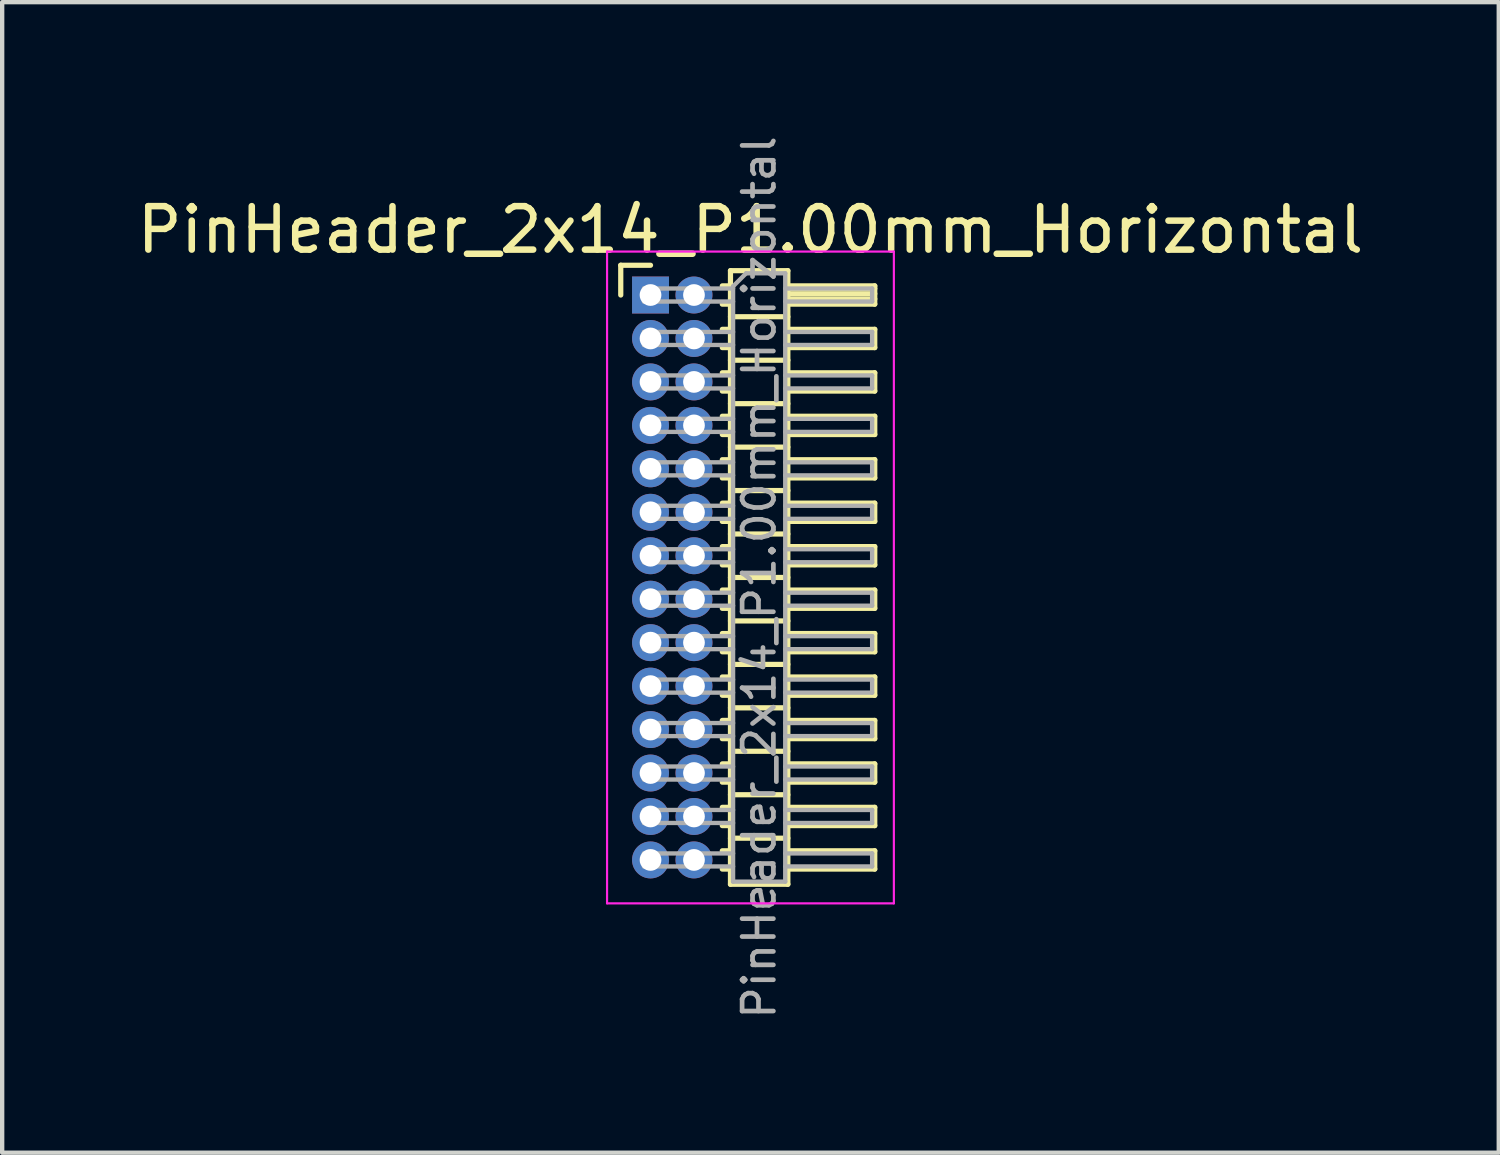
<source format=kicad_pcb>
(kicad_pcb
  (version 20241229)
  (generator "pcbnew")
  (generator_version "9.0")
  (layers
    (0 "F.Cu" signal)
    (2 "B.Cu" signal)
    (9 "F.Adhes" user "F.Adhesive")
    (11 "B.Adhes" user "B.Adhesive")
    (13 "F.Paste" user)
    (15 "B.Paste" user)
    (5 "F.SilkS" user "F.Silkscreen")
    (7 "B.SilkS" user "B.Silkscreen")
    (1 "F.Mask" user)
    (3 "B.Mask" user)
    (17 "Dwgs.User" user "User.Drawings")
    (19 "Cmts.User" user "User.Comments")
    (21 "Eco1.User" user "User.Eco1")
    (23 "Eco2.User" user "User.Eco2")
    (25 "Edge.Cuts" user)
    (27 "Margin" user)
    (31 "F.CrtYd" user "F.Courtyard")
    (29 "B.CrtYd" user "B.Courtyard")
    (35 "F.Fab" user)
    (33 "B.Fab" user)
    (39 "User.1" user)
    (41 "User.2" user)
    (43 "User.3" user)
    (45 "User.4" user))
  (footprint "PinHeader_2x14_P1.00mm_Horizontal"
    (layer "F.Cu")
    (at 11.92 3.739)
    (property "Reference" "PinHeader_2x14_P1.00mm_Horizontal" (at 2.3 -1.5 0) (layer "F.SilkS") (effects (font (size 1 1) (thickness 0.15))))
    (attr through_hole)
    (fp_line (start -0.685 -0.685) (end 0 -0.685) (stroke (width 0.12) (type solid)) (layer "F.SilkS"))
    (fp_line (start -0.685 0) (end -0.685 -0.685) (stroke (width 0.12) (type solid)) (layer "F.SilkS"))
    (fp_line (start 1.652 -0.21) (end 1.84 -0.21) (stroke (width 0.12) (type solid)) (layer "F.SilkS"))
    (fp_line (start 1.652 0.21) (end 1.84 0.21) (stroke (width 0.12) (type solid)) (layer "F.SilkS"))
    (fp_line (start 1.652 0.79) (end 1.84 0.79) (stroke (width 0.12) (type solid)) (layer "F.SilkS"))
    (fp_line (start 1.652 1.21) (end 1.84 1.21) (stroke (width 0.12) (type solid)) (layer "F.SilkS"))
    (fp_line (start 1.652 1.79) (end 1.84 1.79) (stroke (width 0.12) (type solid)) (layer "F.SilkS"))
    (fp_line (start 1.652 2.21) (end 1.84 2.21) (stroke (width 0.12) (type solid)) (layer "F.SilkS"))
    (fp_line (start 1.652 2.79) (end 1.84 2.79) (stroke (width 0.12) (type solid)) (layer "F.SilkS"))
    (fp_line (start 1.652 3.21) (end 1.84 3.21) (stroke (width 0.12) (type solid)) (layer "F.SilkS"))
    (fp_line (start 1.652 3.79) (end 1.84 3.79) (stroke (width 0.12) (type solid)) (layer "F.SilkS"))
    (fp_line (start 1.652 4.21) (end 1.84 4.21) (stroke (width 0.12) (type solid)) (layer "F.SilkS"))
    (fp_line (start 1.652 4.79) (end 1.84 4.79) (stroke (width 0.12) (type solid)) (layer "F.SilkS"))
    (fp_line (start 1.652 5.21) (end 1.84 5.21) (stroke (width 0.12) (type solid)) (layer "F.SilkS"))
    (fp_line (start 1.652 5.79) (end 1.84 5.79) (stroke (width 0.12) (type solid)) (layer "F.SilkS"))
    (fp_line (start 1.652 6.21) (end 1.84 6.21) (stroke (width 0.12) (type solid)) (layer "F.SilkS"))
    (fp_line (start 1.652 6.79) (end 1.84 6.79) (stroke (width 0.12) (type solid)) (layer "F.SilkS"))
    (fp_line (start 1.652 7.21) (end 1.84 7.21) (stroke (width 0.12) (type solid)) (layer "F.SilkS"))
    (fp_line (start 1.652 7.79) (end 1.84 7.79) (stroke (width 0.12) (type solid)) (layer "F.SilkS"))
    (fp_line (start 1.652 8.21) (end 1.84 8.21) (stroke (width 0.12) (type solid)) (layer "F.SilkS"))
    (fp_line (start 1.652 8.79) (end 1.84 8.79) (stroke (width 0.12) (type solid)) (layer "F.SilkS"))
    (fp_line (start 1.652 9.21) (end 1.84 9.21) (stroke (width 0.12) (type solid)) (layer "F.SilkS"))
    (fp_line (start 1.652 9.79) (end 1.84 9.79) (stroke (width 0.12) (type solid)) (layer "F.SilkS"))
    (fp_line (start 1.652 10.21) (end 1.84 10.21) (stroke (width 0.12) (type solid)) (layer "F.SilkS"))
    (fp_line (start 1.652 10.79) (end 1.84 10.79) (stroke (width 0.12) (type solid)) (layer "F.SilkS"))
    (fp_line (start 1.652 11.21) (end 1.84 11.21) (stroke (width 0.12) (type solid)) (layer "F.SilkS"))
    (fp_line (start 1.652 11.79) (end 1.84 11.79) (stroke (width 0.12) (type solid)) (layer "F.SilkS"))
    (fp_line (start 1.652 12.21) (end 1.84 12.21) (stroke (width 0.12) (type solid)) (layer "F.SilkS"))
    (fp_line (start 1.652 12.79) (end 1.84 12.79) (stroke (width 0.12) (type solid)) (layer "F.SilkS"))
    (fp_line (start 1.652 13.21) (end 1.84 13.21) (stroke (width 0.12) (type solid)) (layer "F.SilkS"))
    (fp_line (start 1.84 -0.56) (end 1.84 13.56) (stroke (width 0.12) (type solid)) (layer "F.SilkS"))
    (fp_line (start 1.84 0.5) (end 3.16 0.5) (stroke (width 0.12) (type solid)) (layer "F.SilkS"))
    (fp_line (start 1.84 1.5) (end 3.16 1.5) (stroke (width 0.12) (type solid)) (layer "F.SilkS"))
    (fp_line (start 1.84 2.5) (end 3.16 2.5) (stroke (width 0.12) (type solid)) (layer "F.SilkS"))
    (fp_line (start 1.84 3.5) (end 3.16 3.5) (stroke (width 0.12) (type solid)) (layer "F.SilkS"))
    (fp_line (start 1.84 4.5) (end 3.16 4.5) (stroke (width 0.12) (type solid)) (layer "F.SilkS"))
    (fp_line (start 1.84 5.5) (end 3.16 5.5) (stroke (width 0.12) (type solid)) (layer "F.SilkS"))
    (fp_line (start 1.84 6.5) (end 3.16 6.5) (stroke (width 0.12) (type solid)) (layer "F.SilkS"))
    (fp_line (start 1.84 7.5) (end 3.16 7.5) (stroke (width 0.12) (type solid)) (layer "F.SilkS"))
    (fp_line (start 1.84 8.5) (end 3.16 8.5) (stroke (width 0.12) (type solid)) (layer "F.SilkS"))
    (fp_line (start 1.84 9.5) (end 3.16 9.5) (stroke (width 0.12) (type solid)) (layer "F.SilkS"))
    (fp_line (start 1.84 10.5) (end 3.16 10.5) (stroke (width 0.12) (type solid)) (layer "F.SilkS"))
    (fp_line (start 1.84 11.5) (end 3.16 11.5) (stroke (width 0.12) (type solid)) (layer "F.SilkS"))
    (fp_line (start 1.84 12.5) (end 3.16 12.5) (stroke (width 0.12) (type solid)) (layer "F.SilkS"))
    (fp_line (start 1.84 13.56) (end 3.16 13.56) (stroke (width 0.12) (type solid)) (layer "F.SilkS"))
    (fp_line (start 3.16 -0.56) (end 1.84 -0.56) (stroke (width 0.12) (type solid)) (layer "F.SilkS"))
    (fp_line (start 3.16 -0.21) (end 5.16 -0.21) (stroke (width 0.12) (type solid)) (layer "F.SilkS"))
    (fp_line (start 3.16 -0.15) (end 5.16 -0.15) (stroke (width 0.12) (type solid)) (layer "F.SilkS"))
    (fp_line (start 3.16 -0.03) (end 5.16 -0.03) (stroke (width 0.12) (type solid)) (layer "F.SilkS"))
    (fp_line (start 3.16 0.09) (end 5.16 0.09) (stroke (width 0.12) (type solid)) (layer "F.SilkS"))
    (fp_line (start 3.16 0.79) (end 5.16 0.79) (stroke (width 0.12) (type solid)) (layer "F.SilkS"))
    (fp_line (start 3.16 1.79) (end 5.16 1.79) (stroke (width 0.12) (type solid)) (layer "F.SilkS"))
    (fp_line (start 3.16 2.79) (end 5.16 2.79) (stroke (width 0.12) (type solid)) (layer "F.SilkS"))
    (fp_line (start 3.16 3.79) (end 5.16 3.79) (stroke (width 0.12) (type solid)) (layer "F.SilkS"))
    (fp_line (start 3.16 4.79) (end 5.16 4.79) (stroke (width 0.12) (type solid)) (layer "F.SilkS"))
    (fp_line (start 3.16 5.79) (end 5.16 5.79) (stroke (width 0.12) (type solid)) (layer "F.SilkS"))
    (fp_line (start 3.16 6.79) (end 5.16 6.79) (stroke (width 0.12) (type solid)) (layer "F.SilkS"))
    (fp_line (start 3.16 7.79) (end 5.16 7.79) (stroke (width 0.12) (type solid)) (layer "F.SilkS"))
    (fp_line (start 3.16 8.79) (end 5.16 8.79) (stroke (width 0.12) (type solid)) (layer "F.SilkS"))
    (fp_line (start 3.16 9.79) (end 5.16 9.79) (stroke (width 0.12) (type solid)) (layer "F.SilkS"))
    (fp_line (start 3.16 10.79) (end 5.16 10.79) (stroke (width 0.12) (type solid)) (layer "F.SilkS"))
    (fp_line (start 3.16 11.79) (end 5.16 11.79) (stroke (width 0.12) (type solid)) (layer "F.SilkS"))
    (fp_line (start 3.16 12.79) (end 5.16 12.79) (stroke (width 0.12) (type solid)) (layer "F.SilkS"))
    (fp_line (start 3.16 13.56) (end 3.16 -0.56) (stroke (width 0.12) (type solid)) (layer "F.SilkS"))
    (fp_line (start 5.16 -0.21) (end 5.16 0.21) (stroke (width 0.12) (type solid)) (layer "F.SilkS"))
    (fp_line (start 5.16 0.21) (end 3.16 0.21) (stroke (width 0.12) (type solid)) (layer "F.SilkS"))
    (fp_line (start 5.16 0.79) (end 5.16 1.21) (stroke (width 0.12) (type solid)) (layer "F.SilkS"))
    (fp_line (start 5.16 1.21) (end 3.16 1.21) (stroke (width 0.12) (type solid)) (layer "F.SilkS"))
    (fp_line (start 5.16 1.79) (end 5.16 2.21) (stroke (width 0.12) (type solid)) (layer "F.SilkS"))
    (fp_line (start 5.16 2.21) (end 3.16 2.21) (stroke (width 0.12) (type solid)) (layer "F.SilkS"))
    (fp_line (start 5.16 2.79) (end 5.16 3.21) (stroke (width 0.12) (type solid)) (layer "F.SilkS"))
    (fp_line (start 5.16 3.21) (end 3.16 3.21) (stroke (width 0.12) (type solid)) (layer "F.SilkS"))
    (fp_line (start 5.16 3.79) (end 5.16 4.21) (stroke (width 0.12) (type solid)) (layer "F.SilkS"))
    (fp_line (start 5.16 4.21) (end 3.16 4.21) (stroke (width 0.12) (type solid)) (layer "F.SilkS"))
    (fp_line (start 5.16 4.79) (end 5.16 5.21) (stroke (width 0.12) (type solid)) (layer "F.SilkS"))
    (fp_line (start 5.16 5.21) (end 3.16 5.21) (stroke (width 0.12) (type solid)) (layer "F.SilkS"))
    (fp_line (start 5.16 5.79) (end 5.16 6.21) (stroke (width 0.12) (type solid)) (layer "F.SilkS"))
    (fp_line (start 5.16 6.21) (end 3.16 6.21) (stroke (width 0.12) (type solid)) (layer "F.SilkS"))
    (fp_line (start 5.16 6.79) (end 5.16 7.21) (stroke (width 0.12) (type solid)) (layer "F.SilkS"))
    (fp_line (start 5.16 7.21) (end 3.16 7.21) (stroke (width 0.12) (type solid)) (layer "F.SilkS"))
    (fp_line (start 5.16 7.79) (end 5.16 8.21) (stroke (width 0.12) (type solid)) (layer "F.SilkS"))
    (fp_line (start 5.16 8.21) (end 3.16 8.21) (stroke (width 0.12) (type solid)) (layer "F.SilkS"))
    (fp_line (start 5.16 8.79) (end 5.16 9.21) (stroke (width 0.12) (type solid)) (layer "F.SilkS"))
    (fp_line (start 5.16 9.21) (end 3.16 9.21) (stroke (width 0.12) (type solid)) (layer "F.SilkS"))
    (fp_line (start 5.16 9.79) (end 5.16 10.21) (stroke (width 0.12) (type solid)) (layer "F.SilkS"))
    (fp_line (start 5.16 10.21) (end 3.16 10.21) (stroke (width 0.12) (type solid)) (layer "F.SilkS"))
    (fp_line (start 5.16 10.79) (end 5.16 11.21) (stroke (width 0.12) (type solid)) (layer "F.SilkS"))
    (fp_line (start 5.16 11.21) (end 3.16 11.21) (stroke (width 0.12) (type solid)) (layer "F.SilkS"))
    (fp_line (start 5.16 11.79) (end 5.16 12.21) (stroke (width 0.12) (type solid)) (layer "F.SilkS"))
    (fp_line (start 5.16 12.21) (end 3.16 12.21) (stroke (width 0.12) (type solid)) (layer "F.SilkS"))
    (fp_line (start 5.16 12.79) (end 5.16 13.21) (stroke (width 0.12) (type solid)) (layer "F.SilkS"))
    (fp_line (start 5.16 13.21) (end 3.16 13.21) (stroke (width 0.12) (type solid)) (layer "F.SilkS"))
    (fp_line (start -1 -1) (end -1 14) (stroke (width 0.05) (type solid)) (layer "F.CrtYd"))
    (fp_line (start -1 14) (end 5.6 14) (stroke (width 0.05) (type solid)) (layer "F.CrtYd"))
    (fp_line (start 5.6 -1) (end -1 -1) (stroke (width 0.05) (type solid)) (layer "F.CrtYd"))
    (fp_line (start 5.6 14) (end 5.6 -1) (stroke (width 0.05) (type solid)) (layer "F.CrtYd"))
    (fp_line (start -0.15 -0.15) (end -0.15 0.15) (stroke (width 0.1) (type solid)) (layer "F.Fab"))
    (fp_line (start -0.15 -0.15) (end 1.9 -0.15) (stroke (width 0.1) (type solid)) (layer "F.Fab"))
    (fp_line (start -0.15 0.15) (end 1.9 0.15) (stroke (width 0.1) (type solid)) (layer "F.Fab"))
    (fp_line (start -0.15 0.85) (end -0.15 1.15) (stroke (width 0.1) (type solid)) (layer "F.Fab"))
    (fp_line (start -0.15 0.85) (end 1.9 0.85) (stroke (width 0.1) (type solid)) (layer "F.Fab"))
    (fp_line (start -0.15 1.15) (end 1.9 1.15) (stroke (width 0.1) (type solid)) (layer "F.Fab"))
    (fp_line (start -0.15 1.85) (end -0.15 2.15) (stroke (width 0.1) (type solid)) (layer "F.Fab"))
    (fp_line (start -0.15 1.85) (end 1.9 1.85) (stroke (width 0.1) (type solid)) (layer "F.Fab"))
    (fp_line (start -0.15 2.15) (end 1.9 2.15) (stroke (width 0.1) (type solid)) (layer "F.Fab"))
    (fp_line (start -0.15 2.85) (end -0.15 3.15) (stroke (width 0.1) (type solid)) (layer "F.Fab"))
    (fp_line (start -0.15 2.85) (end 1.9 2.85) (stroke (width 0.1) (type solid)) (layer "F.Fab"))
    (fp_line (start -0.15 3.15) (end 1.9 3.15) (stroke (width 0.1) (type solid)) (layer "F.Fab"))
    (fp_line (start -0.15 3.85) (end -0.15 4.15) (stroke (width 0.1) (type solid)) (layer "F.Fab"))
    (fp_line (start -0.15 3.85) (end 1.9 3.85) (stroke (width 0.1) (type solid)) (layer "F.Fab"))
    (fp_line (start -0.15 4.15) (end 1.9 4.15) (stroke (width 0.1) (type solid)) (layer "F.Fab"))
    (fp_line (start -0.15 4.85) (end -0.15 5.15) (stroke (width 0.1) (type solid)) (layer "F.Fab"))
    (fp_line (start -0.15 4.85) (end 1.9 4.85) (stroke (width 0.1) (type solid)) (layer "F.Fab"))
    (fp_line (start -0.15 5.15) (end 1.9 5.15) (stroke (width 0.1) (type solid)) (layer "F.Fab"))
    (fp_line (start -0.15 5.85) (end -0.15 6.15) (stroke (width 0.1) (type solid)) (layer "F.Fab"))
    (fp_line (start -0.15 5.85) (end 1.9 5.85) (stroke (width 0.1) (type solid)) (layer "F.Fab"))
    (fp_line (start -0.15 6.15) (end 1.9 6.15) (stroke (width 0.1) (type solid)) (layer "F.Fab"))
    (fp_line (start -0.15 6.85) (end -0.15 7.15) (stroke (width 0.1) (type solid)) (layer "F.Fab"))
    (fp_line (start -0.15 6.85) (end 1.9 6.85) (stroke (width 0.1) (type solid)) (layer "F.Fab"))
    (fp_line (start -0.15 7.15) (end 1.9 7.15) (stroke (width 0.1) (type solid)) (layer "F.Fab"))
    (fp_line (start -0.15 7.85) (end -0.15 8.15) (stroke (width 0.1) (type solid)) (layer "F.Fab"))
    (fp_line (start -0.15 7.85) (end 1.9 7.85) (stroke (width 0.1) (type solid)) (layer "F.Fab"))
    (fp_line (start -0.15 8.15) (end 1.9 8.15) (stroke (width 0.1) (type solid)) (layer "F.Fab"))
    (fp_line (start -0.15 8.85) (end -0.15 9.15) (stroke (width 0.1) (type solid)) (layer "F.Fab"))
    (fp_line (start -0.15 8.85) (end 1.9 8.85) (stroke (width 0.1) (type solid)) (layer "F.Fab"))
    (fp_line (start -0.15 9.15) (end 1.9 9.15) (stroke (width 0.1) (type solid)) (layer "F.Fab"))
    (fp_line (start -0.15 9.85) (end -0.15 10.15) (stroke (width 0.1) (type solid)) (layer "F.Fab"))
    (fp_line (start -0.15 9.85) (end 1.9 9.85) (stroke (width 0.1) (type solid)) (layer "F.Fab"))
    (fp_line (start -0.15 10.15) (end 1.9 10.15) (stroke (width 0.1) (type solid)) (layer "F.Fab"))
    (fp_line (start -0.15 10.85) (end -0.15 11.15) (stroke (width 0.1) (type solid)) (layer "F.Fab"))
    (fp_line (start -0.15 10.85) (end 1.9 10.85) (stroke (width 0.1) (type solid)) (layer "F.Fab"))
    (fp_line (start -0.15 11.15) (end 1.9 11.15) (stroke (width 0.1) (type solid)) (layer "F.Fab"))
    (fp_line (start -0.15 11.85) (end -0.15 12.15) (stroke (width 0.1) (type solid)) (layer "F.Fab"))
    (fp_line (start -0.15 11.85) (end 1.9 11.85) (stroke (width 0.1) (type solid)) (layer "F.Fab"))
    (fp_line (start -0.15 12.15) (end 1.9 12.15) (stroke (width 0.1) (type solid)) (layer "F.Fab"))
    (fp_line (start -0.15 12.85) (end -0.15 13.15) (stroke (width 0.1) (type solid)) (layer "F.Fab"))
    (fp_line (start -0.15 12.85) (end 1.9 12.85) (stroke (width 0.1) (type solid)) (layer "F.Fab"))
    (fp_line (start -0.15 13.15) (end 1.9 13.15) (stroke (width 0.1) (type solid)) (layer "F.Fab"))
    (fp_line (start 1.9 -0.2) (end 2.2 -0.5) (stroke (width 0.1) (type solid)) (layer "F.Fab"))
    (fp_line (start 1.9 13.5) (end 1.9 -0.2) (stroke (width 0.1) (type solid)) (layer "F.Fab"))
    (fp_line (start 2.2 -0.5) (end 3.1 -0.5) (stroke (width 0.1) (type solid)) (layer "F.Fab"))
    (fp_line (start 3.1 -0.5) (end 3.1 13.5) (stroke (width 0.1) (type solid)) (layer "F.Fab"))
    (fp_line (start 3.1 -0.15) (end 5.1 -0.15) (stroke (width 0.1) (type solid)) (layer "F.Fab"))
    (fp_line (start 3.1 0.15) (end 5.1 0.15) (stroke (width 0.1) (type solid)) (layer "F.Fab"))
    (fp_line (start 3.1 0.85) (end 5.1 0.85) (stroke (width 0.1) (type solid)) (layer "F.Fab"))
    (fp_line (start 3.1 1.15) (end 5.1 1.15) (stroke (width 0.1) (type solid)) (layer "F.Fab"))
    (fp_line (start 3.1 1.85) (end 5.1 1.85) (stroke (width 0.1) (type solid)) (layer "F.Fab"))
    (fp_line (start 3.1 2.15) (end 5.1 2.15) (stroke (width 0.1) (type solid)) (layer "F.Fab"))
    (fp_line (start 3.1 2.85) (end 5.1 2.85) (stroke (width 0.1) (type solid)) (layer "F.Fab"))
    (fp_line (start 3.1 3.15) (end 5.1 3.15) (stroke (width 0.1) (type solid)) (layer "F.Fab"))
    (fp_line (start 3.1 3.85) (end 5.1 3.85) (stroke (width 0.1) (type solid)) (layer "F.Fab"))
    (fp_line (start 3.1 4.15) (end 5.1 4.15) (stroke (width 0.1) (type solid)) (layer "F.Fab"))
    (fp_line (start 3.1 4.85) (end 5.1 4.85) (stroke (width 0.1) (type solid)) (layer "F.Fab"))
    (fp_line (start 3.1 5.15) (end 5.1 5.15) (stroke (width 0.1) (type solid)) (layer "F.Fab"))
    (fp_line (start 3.1 5.85) (end 5.1 5.85) (stroke (width 0.1) (type solid)) (layer "F.Fab"))
    (fp_line (start 3.1 6.15) (end 5.1 6.15) (stroke (width 0.1) (type solid)) (layer "F.Fab"))
    (fp_line (start 3.1 6.85) (end 5.1 6.85) (stroke (width 0.1) (type solid)) (layer "F.Fab"))
    (fp_line (start 3.1 7.15) (end 5.1 7.15) (stroke (width 0.1) (type solid)) (layer "F.Fab"))
    (fp_line (start 3.1 7.85) (end 5.1 7.85) (stroke (width 0.1) (type solid)) (layer "F.Fab"))
    (fp_line (start 3.1 8.15) (end 5.1 8.15) (stroke (width 0.1) (type solid)) (layer "F.Fab"))
    (fp_line (start 3.1 8.85) (end 5.1 8.85) (stroke (width 0.1) (type solid)) (layer "F.Fab"))
    (fp_line (start 3.1 9.15) (end 5.1 9.15) (stroke (width 0.1) (type solid)) (layer "F.Fab"))
    (fp_line (start 3.1 9.85) (end 5.1 9.85) (stroke (width 0.1) (type solid)) (layer "F.Fab"))
    (fp_line (start 3.1 10.15) (end 5.1 10.15) (stroke (width 0.1) (type solid)) (layer "F.Fab"))
    (fp_line (start 3.1 10.85) (end 5.1 10.85) (stroke (width 0.1) (type solid)) (layer "F.Fab"))
    (fp_line (start 3.1 11.15) (end 5.1 11.15) (stroke (width 0.1) (type solid)) (layer "F.Fab"))
    (fp_line (start 3.1 11.85) (end 5.1 11.85) (stroke (width 0.1) (type solid)) (layer "F.Fab"))
    (fp_line (start 3.1 12.15) (end 5.1 12.15) (stroke (width 0.1) (type solid)) (layer "F.Fab"))
    (fp_line (start 3.1 12.85) (end 5.1 12.85) (stroke (width 0.1) (type solid)) (layer "F.Fab"))
    (fp_line (start 3.1 13.15) (end 5.1 13.15) (stroke (width 0.1) (type solid)) (layer "F.Fab"))
    (fp_line (start 3.1 13.5) (end 1.9 13.5) (stroke (width 0.1) (type solid)) (layer "F.Fab"))
    (fp_line (start 5.1 -0.15) (end 5.1 0.15) (stroke (width 0.1) (type solid)) (layer "F.Fab"))
    (fp_line (start 5.1 0.85) (end 5.1 1.15) (stroke (width 0.1) (type solid)) (layer "F.Fab"))
    (fp_line (start 5.1 1.85) (end 5.1 2.15) (stroke (width 0.1) (type solid)) (layer "F.Fab"))
    (fp_line (start 5.1 2.85) (end 5.1 3.15) (stroke (width 0.1) (type solid)) (layer "F.Fab"))
    (fp_line (start 5.1 3.85) (end 5.1 4.15) (stroke (width 0.1) (type solid)) (layer "F.Fab"))
    (fp_line (start 5.1 4.85) (end 5.1 5.15) (stroke (width 0.1) (type solid)) (layer "F.Fab"))
    (fp_line (start 5.1 5.85) (end 5.1 6.15) (stroke (width 0.1) (type solid)) (layer "F.Fab"))
    (fp_line (start 5.1 6.85) (end 5.1 7.15) (stroke (width 0.1) (type solid)) (layer "F.Fab"))
    (fp_line (start 5.1 7.85) (end 5.1 8.15) (stroke (width 0.1) (type solid)) (layer "F.Fab"))
    (fp_line (start 5.1 8.85) (end 5.1 9.15) (stroke (width 0.1) (type solid)) (layer "F.Fab"))
    (fp_line (start 5.1 9.85) (end 5.1 10.15) (stroke (width 0.1) (type solid)) (layer "F.Fab"))
    (fp_line (start 5.1 10.85) (end 5.1 11.15) (stroke (width 0.1) (type solid)) (layer "F.Fab"))
    (fp_line (start 5.1 11.85) (end 5.1 12.15) (stroke (width 0.1) (type solid)) (layer "F.Fab"))
    (fp_line (start 5.1 12.85) (end 5.1 13.15) (stroke (width 0.1) (type solid)) (layer "F.Fab"))
    (fp_text user "${REFERENCE}" (at 2.5 6.5 90) (layer "F.Fab") (effects (font (size 0.72 0.72) (thickness 0.108))))
    (pad "1" thru_hole rect (at 0 0) (size 0.85 0.85) (drill 0.5) (layers "*.Cu" "*.Mask"))
    (pad "2" thru_hole oval (at 1 0) (size 0.85 0.85) (drill 0.5) (layers "*.Cu" "*.Mask"))
    (pad "3" thru_hole oval (at 0 1) (size 0.85 0.85) (drill 0.5) (layers "*.Cu" "*.Mask"))
    (pad "4" thru_hole oval (at 1 1) (size 0.85 0.85) (drill 0.5) (layers "*.Cu" "*.Mask"))
    (pad "5" thru_hole oval (at 0 2) (size 0.85 0.85) (drill 0.5) (layers "*.Cu" "*.Mask"))
    (pad "6" thru_hole oval (at 1 2) (size 0.85 0.85) (drill 0.5) (layers "*.Cu" "*.Mask"))
    (pad "7" thru_hole oval (at 0 3) (size 0.85 0.85) (drill 0.5) (layers "*.Cu" "*.Mask"))
    (pad "8" thru_hole oval (at 1 3) (size 0.85 0.85) (drill 0.5) (layers "*.Cu" "*.Mask"))
    (pad "9" thru_hole oval (at 0 4) (size 0.85 0.85) (drill 0.5) (layers "*.Cu" "*.Mask"))
    (pad "10" thru_hole oval (at 1 4) (size 0.85 0.85) (drill 0.5) (layers "*.Cu" "*.Mask"))
    (pad "11" thru_hole oval (at 0 5) (size 0.85 0.85) (drill 0.5) (layers "*.Cu" "*.Mask"))
    (pad "12" thru_hole oval (at 1 5) (size 0.85 0.85) (drill 0.5) (layers "*.Cu" "*.Mask"))
    (pad "13" thru_hole oval (at 0 6) (size 0.85 0.85) (drill 0.5) (layers "*.Cu" "*.Mask"))
    (pad "14" thru_hole oval (at 1 6) (size 0.85 0.85) (drill 0.5) (layers "*.Cu" "*.Mask"))
    (pad "15" thru_hole oval (at 0 7) (size 0.85 0.85) (drill 0.5) (layers "*.Cu" "*.Mask"))
    (pad "16" thru_hole oval (at 1 7) (size 0.85 0.85) (drill 0.5) (layers "*.Cu" "*.Mask"))
    (pad "17" thru_hole oval (at 0 8) (size 0.85 0.85) (drill 0.5) (layers "*.Cu" "*.Mask"))
    (pad "18" thru_hole oval (at 1 8) (size 0.85 0.85) (drill 0.5) (layers "*.Cu" "*.Mask"))
    (pad "19" thru_hole oval (at 0 9) (size 0.85 0.85) (drill 0.5) (layers "*.Cu" "*.Mask"))
    (pad "20" thru_hole oval (at 1 9) (size 0.85 0.85) (drill 0.5) (layers "*.Cu" "*.Mask"))
    (pad "21" thru_hole oval (at 0 10) (size 0.85 0.85) (drill 0.5) (layers "*.Cu" "*.Mask"))
    (pad "22" thru_hole oval (at 1 10) (size 0.85 0.85) (drill 0.5) (layers "*.Cu" "*.Mask"))
    (pad "23" thru_hole oval (at 0 11) (size 0.85 0.85) (drill 0.5) (layers "*.Cu" "*.Mask"))
    (pad "24" thru_hole oval (at 1 11) (size 0.85 0.85) (drill 0.5) (layers "*.Cu" "*.Mask"))
    (pad "25" thru_hole oval (at 0 12) (size 0.85 0.85) (drill 0.5) (layers "*.Cu" "*.Mask"))
    (pad "26" thru_hole oval (at 1 12) (size 0.85 0.85) (drill 0.5) (layers "*.Cu" "*.Mask"))
    (pad "27" thru_hole oval (at 0 13) (size 0.85 0.85) (drill 0.5) (layers "*.Cu" "*.Mask"))
    (pad "28" thru_hole oval (at 1 13) (size 0.85 0.85) (drill 0.5) (layers "*.Cu" "*.Mask")))
  (gr_rect
    (start -3 -3)
    (end 31.44 23.477)
    (stroke (width 0.1) (type default))
    (fill no)
    (layer "Edge.Cuts")))
</source>
